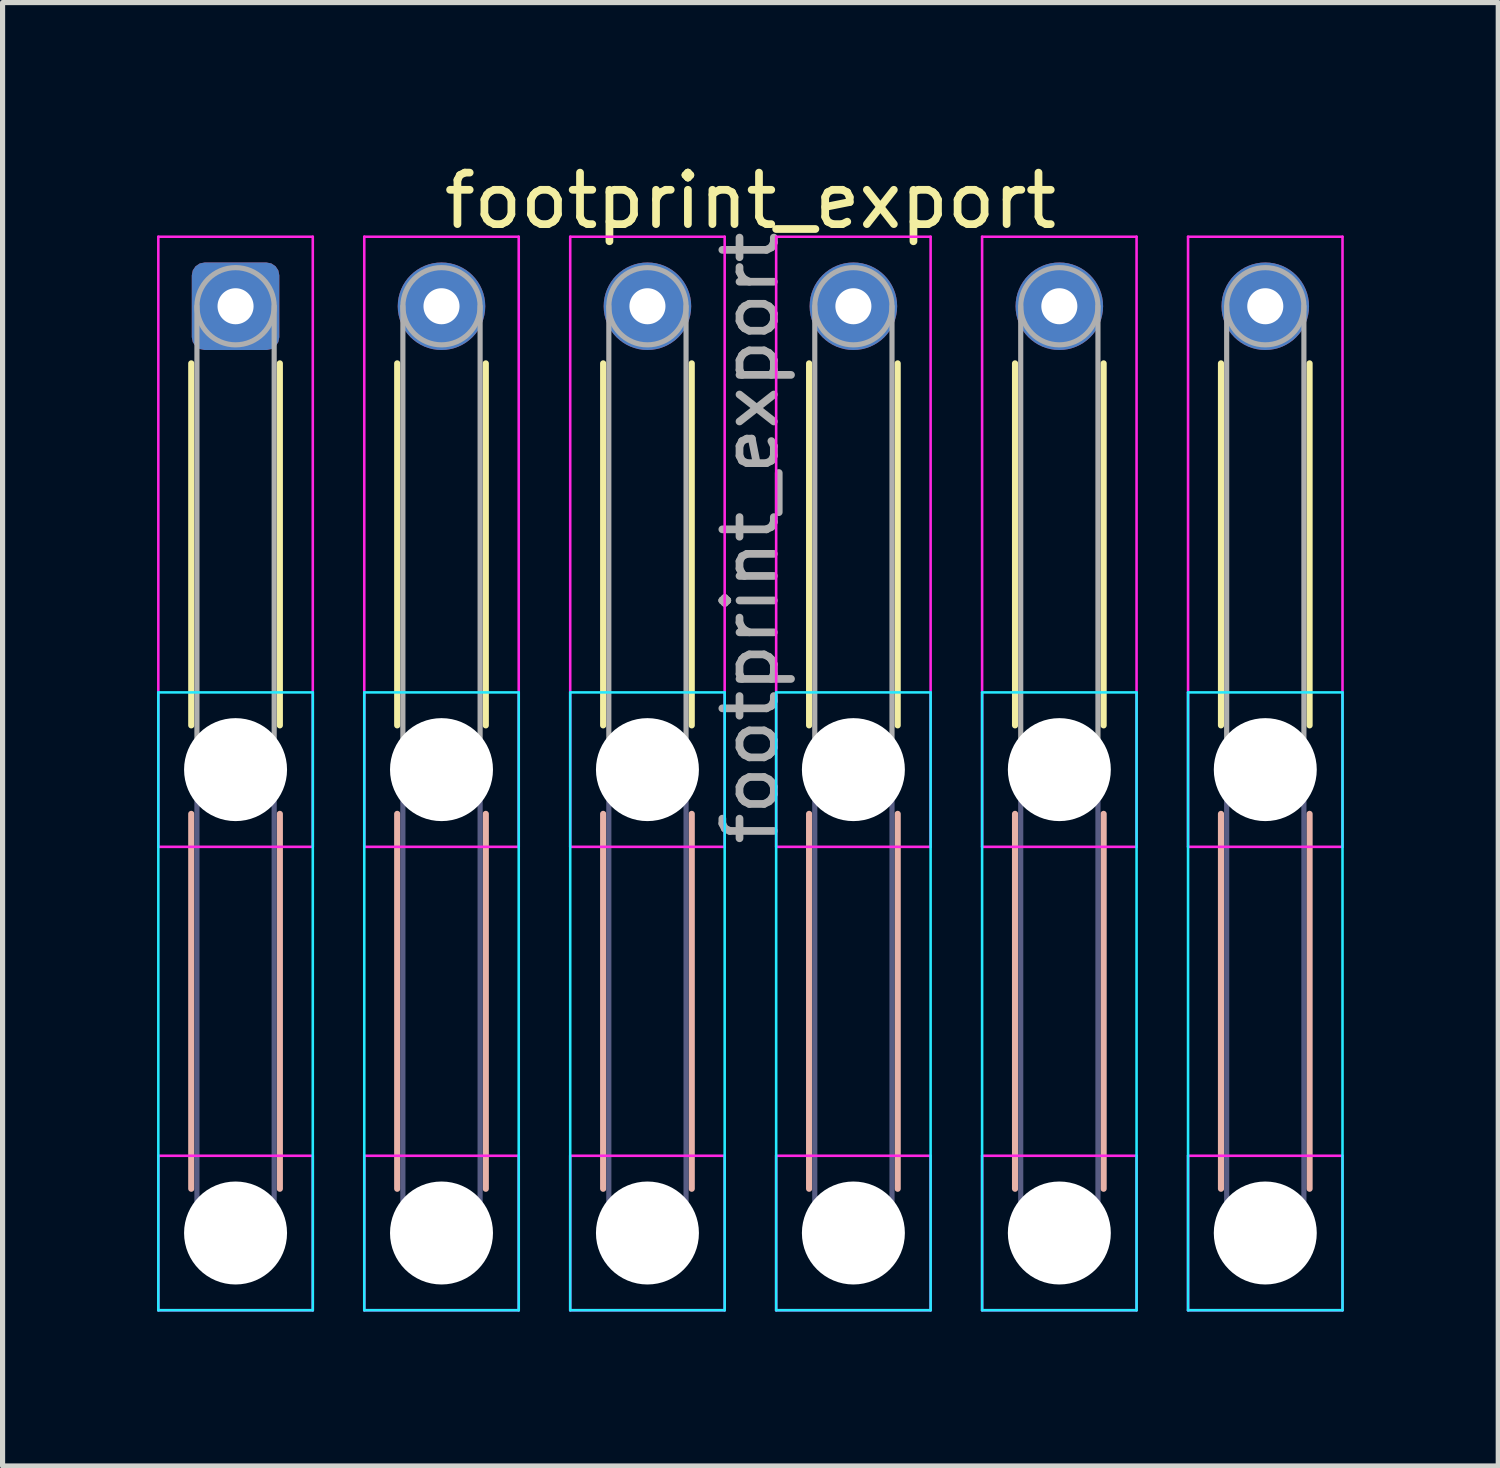
<source format=kicad_pcb>
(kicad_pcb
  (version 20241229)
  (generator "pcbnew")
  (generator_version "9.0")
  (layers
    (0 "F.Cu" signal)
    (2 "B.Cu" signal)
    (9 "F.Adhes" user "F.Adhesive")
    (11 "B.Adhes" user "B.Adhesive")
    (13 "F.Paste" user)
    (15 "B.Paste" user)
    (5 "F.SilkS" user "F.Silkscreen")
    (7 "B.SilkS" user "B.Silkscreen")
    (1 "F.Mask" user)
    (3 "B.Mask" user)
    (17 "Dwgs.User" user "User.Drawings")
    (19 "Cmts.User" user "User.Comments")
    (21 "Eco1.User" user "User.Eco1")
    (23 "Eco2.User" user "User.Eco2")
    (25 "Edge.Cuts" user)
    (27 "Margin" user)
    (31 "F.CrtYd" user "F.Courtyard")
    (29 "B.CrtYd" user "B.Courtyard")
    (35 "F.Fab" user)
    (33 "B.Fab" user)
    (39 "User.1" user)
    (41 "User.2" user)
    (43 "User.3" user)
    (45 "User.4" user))
  (footprint "footprint_export"
    (layer "F.Cu")
    (at 1.525 2.898)
    (property "Reference" "footprint_export" (at 10 -2.05 0) (layer "F.SilkS") (effects (font (size 1 1) (thickness 0.15))))
    (attr exclude_from_pos_files exclude_from_bom)
    (fp_line (start -0.86 1.11) (end -0.86 8.14) (stroke (width 0.12) (type solid)) (layer "F.SilkS"))
    (fp_line (start 0.86 1.11) (end 0.86 8.14) (stroke (width 0.12) (type solid)) (layer "F.SilkS"))
    (fp_line (start 3.14 1.11) (end 3.14 8.14) (stroke (width 0.12) (type solid)) (layer "F.SilkS"))
    (fp_line (start 4.86 1.11) (end 4.86 8.14) (stroke (width 0.12) (type solid)) (layer "F.SilkS"))
    (fp_line (start 7.14 1.11) (end 7.14 8.14) (stroke (width 0.12) (type solid)) (layer "F.SilkS"))
    (fp_line (start 8.86 1.11) (end 8.86 8.14) (stroke (width 0.12) (type solid)) (layer "F.SilkS"))
    (fp_line (start 11.14 1.11) (end 11.14 8.14) (stroke (width 0.12) (type solid)) (layer "F.SilkS"))
    (fp_line (start 12.86 1.11) (end 12.86 8.14) (stroke (width 0.12) (type solid)) (layer "F.SilkS"))
    (fp_line (start 15.14 1.11) (end 15.14 8.14) (stroke (width 0.12) (type solid)) (layer "F.SilkS"))
    (fp_line (start 16.86 1.11) (end 16.86 8.14) (stroke (width 0.12) (type solid)) (layer "F.SilkS"))
    (fp_line (start 19.14 1.11) (end 19.14 8.14) (stroke (width 0.12) (type solid)) (layer "F.SilkS"))
    (fp_line (start 20.86 1.11) (end 20.86 8.14) (stroke (width 0.12) (type solid)) (layer "F.SilkS"))
    (fp_line (start -0.86 9.86) (end -0.86 17.14) (stroke (width 0.12) (type solid)) (layer "B.SilkS"))
    (fp_line (start 0.86 9.86) (end 0.86 17.14) (stroke (width 0.12) (type solid)) (layer "B.SilkS"))
    (fp_line (start 3.14 9.86) (end 3.14 17.14) (stroke (width 0.12) (type solid)) (layer "B.SilkS"))
    (fp_line (start 4.86 9.86) (end 4.86 17.14) (stroke (width 0.12) (type solid)) (layer "B.SilkS"))
    (fp_line (start 7.14 9.86) (end 7.14 17.14) (stroke (width 0.12) (type solid)) (layer "B.SilkS"))
    (fp_line (start 8.86 9.86) (end 8.86 17.14) (stroke (width 0.12) (type solid)) (layer "B.SilkS"))
    (fp_line (start 11.14 9.86) (end 11.14 17.14) (stroke (width 0.12) (type solid)) (layer "B.SilkS"))
    (fp_line (start 12.86 9.86) (end 12.86 17.14) (stroke (width 0.12) (type solid)) (layer "B.SilkS"))
    (fp_line (start 15.14 9.86) (end 15.14 17.14) (stroke (width 0.12) (type solid)) (layer "B.SilkS"))
    (fp_line (start 16.86 9.86) (end 16.86 17.14) (stroke (width 0.12) (type solid)) (layer "B.SilkS"))
    (fp_line (start 19.14 9.86) (end 19.14 17.14) (stroke (width 0.12) (type solid)) (layer "B.SilkS"))
    (fp_line (start 20.86 9.86) (end 20.86 17.14) (stroke (width 0.12) (type solid)) (layer "B.SilkS"))
    (fp_line (start -1.5 7.5) (end -1.5 19.5) (stroke (width 0.05) (type solid)) (layer "B.CrtYd"))
    (fp_line (start -1.5 19.5) (end 1.5 19.5) (stroke (width 0.05) (type solid)) (layer "B.CrtYd"))
    (fp_line (start 1.5 7.5) (end -1.5 7.5) (stroke (width 0.05) (type solid)) (layer "B.CrtYd"))
    (fp_line (start 1.5 19.5) (end 1.5 7.5) (stroke (width 0.05) (type solid)) (layer "B.CrtYd"))
    (fp_line (start 2.5 7.5) (end 2.5 19.5) (stroke (width 0.05) (type solid)) (layer "B.CrtYd"))
    (fp_line (start 2.5 19.5) (end 5.5 19.5) (stroke (width 0.05) (type solid)) (layer "B.CrtYd"))
    (fp_line (start 5.5 7.5) (end 2.5 7.5) (stroke (width 0.05) (type solid)) (layer "B.CrtYd"))
    (fp_line (start 5.5 19.5) (end 5.5 7.5) (stroke (width 0.05) (type solid)) (layer "B.CrtYd"))
    (fp_line (start 6.5 7.5) (end 6.5 19.5) (stroke (width 0.05) (type solid)) (layer "B.CrtYd"))
    (fp_line (start 6.5 19.5) (end 9.5 19.5) (stroke (width 0.05) (type solid)) (layer "B.CrtYd"))
    (fp_line (start 9.5 7.5) (end 6.5 7.5) (stroke (width 0.05) (type solid)) (layer "B.CrtYd"))
    (fp_line (start 9.5 19.5) (end 9.5 7.5) (stroke (width 0.05) (type solid)) (layer "B.CrtYd"))
    (fp_line (start 10.5 7.5) (end 10.5 19.5) (stroke (width 0.05) (type solid)) (layer "B.CrtYd"))
    (fp_line (start 10.5 19.5) (end 13.5 19.5) (stroke (width 0.05) (type solid)) (layer "B.CrtYd"))
    (fp_line (start 13.5 7.5) (end 10.5 7.5) (stroke (width 0.05) (type solid)) (layer "B.CrtYd"))
    (fp_line (start 13.5 19.5) (end 13.5 7.5) (stroke (width 0.05) (type solid)) (layer "B.CrtYd"))
    (fp_line (start 14.5 7.5) (end 14.5 19.5) (stroke (width 0.05) (type solid)) (layer "B.CrtYd"))
    (fp_line (start 14.5 19.5) (end 17.5 19.5) (stroke (width 0.05) (type solid)) (layer "B.CrtYd"))
    (fp_line (start 17.5 7.5) (end 14.5 7.5) (stroke (width 0.05) (type solid)) (layer "B.CrtYd"))
    (fp_line (start 17.5 19.5) (end 17.5 7.5) (stroke (width 0.05) (type solid)) (layer "B.CrtYd"))
    (fp_line (start 18.5 7.5) (end 18.5 19.5) (stroke (width 0.05) (type solid)) (layer "B.CrtYd"))
    (fp_line (start 18.5 19.5) (end 21.5 19.5) (stroke (width 0.05) (type solid)) (layer "B.CrtYd"))
    (fp_line (start 21.5 7.5) (end 18.5 7.5) (stroke (width 0.05) (type solid)) (layer "B.CrtYd"))
    (fp_line (start 21.5 19.5) (end 21.5 7.5) (stroke (width 0.05) (type solid)) (layer "B.CrtYd"))
    (fp_line (start -1.5 -1.35) (end -1.5 10.5) (stroke (width 0.05) (type solid)) (layer "F.CrtYd"))
    (fp_line (start -1.5 10.5) (end 1.5 10.5) (stroke (width 0.05) (type solid)) (layer "F.CrtYd"))
    (fp_line (start -1.5 16.5) (end -1.5 19.5) (stroke (width 0.05) (type solid)) (layer "F.CrtYd"))
    (fp_line (start -1.5 19.5) (end 1.5 19.5) (stroke (width 0.05) (type solid)) (layer "F.CrtYd"))
    (fp_line (start 1.5 -1.35) (end -1.5 -1.35) (stroke (width 0.05) (type solid)) (layer "F.CrtYd"))
    (fp_line (start 1.5 10.5) (end 1.5 -1.35) (stroke (width 0.05) (type solid)) (layer "F.CrtYd"))
    (fp_line (start 1.5 16.5) (end -1.5 16.5) (stroke (width 0.05) (type solid)) (layer "F.CrtYd"))
    (fp_line (start 1.5 19.5) (end 1.5 16.5) (stroke (width 0.05) (type solid)) (layer "F.CrtYd"))
    (fp_line (start 2.5 -1.35) (end 2.5 10.5) (stroke (width 0.05) (type solid)) (layer "F.CrtYd"))
    (fp_line (start 2.5 10.5) (end 5.5 10.5) (stroke (width 0.05) (type solid)) (layer "F.CrtYd"))
    (fp_line (start 2.5 16.5) (end 2.5 19.5) (stroke (width 0.05) (type solid)) (layer "F.CrtYd"))
    (fp_line (start 2.5 19.5) (end 5.5 19.5) (stroke (width 0.05) (type solid)) (layer "F.CrtYd"))
    (fp_line (start 5.5 -1.35) (end 2.5 -1.35) (stroke (width 0.05) (type solid)) (layer "F.CrtYd"))
    (fp_line (start 5.5 10.5) (end 5.5 -1.35) (stroke (width 0.05) (type solid)) (layer "F.CrtYd"))
    (fp_line (start 5.5 16.5) (end 2.5 16.5) (stroke (width 0.05) (type solid)) (layer "F.CrtYd"))
    (fp_line (start 5.5 19.5) (end 5.5 16.5) (stroke (width 0.05) (type solid)) (layer "F.CrtYd"))
    (fp_line (start 6.5 -1.35) (end 6.5 10.5) (stroke (width 0.05) (type solid)) (layer "F.CrtYd"))
    (fp_line (start 6.5 10.5) (end 9.5 10.5) (stroke (width 0.05) (type solid)) (layer "F.CrtYd"))
    (fp_line (start 6.5 16.5) (end 6.5 19.5) (stroke (width 0.05) (type solid)) (layer "F.CrtYd"))
    (fp_line (start 6.5 19.5) (end 9.5 19.5) (stroke (width 0.05) (type solid)) (layer "F.CrtYd"))
    (fp_line (start 9.5 -1.35) (end 6.5 -1.35) (stroke (width 0.05) (type solid)) (layer "F.CrtYd"))
    (fp_line (start 9.5 10.5) (end 9.5 -1.35) (stroke (width 0.05) (type solid)) (layer "F.CrtYd"))
    (fp_line (start 9.5 16.5) (end 6.5 16.5) (stroke (width 0.05) (type solid)) (layer "F.CrtYd"))
    (fp_line (start 9.5 19.5) (end 9.5 16.5) (stroke (width 0.05) (type solid)) (layer "F.CrtYd"))
    (fp_line (start 10.5 -1.35) (end 10.5 10.5) (stroke (width 0.05) (type solid)) (layer "F.CrtYd"))
    (fp_line (start 10.5 10.5) (end 13.5 10.5) (stroke (width 0.05) (type solid)) (layer "F.CrtYd"))
    (fp_line (start 10.5 16.5) (end 10.5 19.5) (stroke (width 0.05) (type solid)) (layer "F.CrtYd"))
    (fp_line (start 10.5 19.5) (end 13.5 19.5) (stroke (width 0.05) (type solid)) (layer "F.CrtYd"))
    (fp_line (start 13.5 -1.35) (end 10.5 -1.35) (stroke (width 0.05) (type solid)) (layer "F.CrtYd"))
    (fp_line (start 13.5 10.5) (end 13.5 -1.35) (stroke (width 0.05) (type solid)) (layer "F.CrtYd"))
    (fp_line (start 13.5 16.5) (end 10.5 16.5) (stroke (width 0.05) (type solid)) (layer "F.CrtYd"))
    (fp_line (start 13.5 19.5) (end 13.5 16.5) (stroke (width 0.05) (type solid)) (layer "F.CrtYd"))
    (fp_line (start 14.5 -1.35) (end 14.5 10.5) (stroke (width 0.05) (type solid)) (layer "F.CrtYd"))
    (fp_line (start 14.5 10.5) (end 17.5 10.5) (stroke (width 0.05) (type solid)) (layer "F.CrtYd"))
    (fp_line (start 14.5 16.5) (end 14.5 19.5) (stroke (width 0.05) (type solid)) (layer "F.CrtYd"))
    (fp_line (start 14.5 19.5) (end 17.5 19.5) (stroke (width 0.05) (type solid)) (layer "F.CrtYd"))
    (fp_line (start 17.5 -1.35) (end 14.5 -1.35) (stroke (width 0.05) (type solid)) (layer "F.CrtYd"))
    (fp_line (start 17.5 10.5) (end 17.5 -1.35) (stroke (width 0.05) (type solid)) (layer "F.CrtYd"))
    (fp_line (start 17.5 16.5) (end 14.5 16.5) (stroke (width 0.05) (type solid)) (layer "F.CrtYd"))
    (fp_line (start 17.5 19.5) (end 17.5 16.5) (stroke (width 0.05) (type solid)) (layer "F.CrtYd"))
    (fp_line (start 18.5 -1.35) (end 18.5 10.5) (stroke (width 0.05) (type solid)) (layer "F.CrtYd"))
    (fp_line (start 18.5 10.5) (end 21.5 10.5) (stroke (width 0.05) (type solid)) (layer "F.CrtYd"))
    (fp_line (start 18.5 16.5) (end 18.5 19.5) (stroke (width 0.05) (type solid)) (layer "F.CrtYd"))
    (fp_line (start 18.5 19.5) (end 21.5 19.5) (stroke (width 0.05) (type solid)) (layer "F.CrtYd"))
    (fp_line (start 21.5 -1.35) (end 18.5 -1.35) (stroke (width 0.05) (type solid)) (layer "F.CrtYd"))
    (fp_line (start 21.5 10.5) (end 21.5 -1.35) (stroke (width 0.05) (type solid)) (layer "F.CrtYd"))
    (fp_line (start 21.5 16.5) (end 18.5 16.5) (stroke (width 0.05) (type solid)) (layer "F.CrtYd"))
    (fp_line (start 21.5 19.5) (end 21.5 16.5) (stroke (width 0.05) (type solid)) (layer "F.CrtYd"))
    (fp_line (start -0.75 9) (end -0.75 18) (stroke (width 0.1) (type solid)) (layer "B.Fab"))
    (fp_line (start 0.75 9) (end 0.75 18) (stroke (width 0.1) (type solid)) (layer "B.Fab"))
    (fp_line (start 3.25 9) (end 3.25 18) (stroke (width 0.1) (type solid)) (layer "B.Fab"))
    (fp_line (start 4.75 9) (end 4.75 18) (stroke (width 0.1) (type solid)) (layer "B.Fab"))
    (fp_line (start 7.25 9) (end 7.25 18) (stroke (width 0.1) (type solid)) (layer "B.Fab"))
    (fp_line (start 8.75 9) (end 8.75 18) (stroke (width 0.1) (type solid)) (layer "B.Fab"))
    (fp_line (start 11.25 9) (end 11.25 18) (stroke (width 0.1) (type solid)) (layer "B.Fab"))
    (fp_line (start 12.75 9) (end 12.75 18) (stroke (width 0.1) (type solid)) (layer "B.Fab"))
    (fp_line (start 15.25 9) (end 15.25 18) (stroke (width 0.1) (type solid)) (layer "B.Fab"))
    (fp_line (start 16.75 9) (end 16.75 18) (stroke (width 0.1) (type solid)) (layer "B.Fab"))
    (fp_line (start 19.25 9) (end 19.25 18) (stroke (width 0.1) (type solid)) (layer "B.Fab"))
    (fp_line (start 20.75 9) (end 20.75 18) (stroke (width 0.1) (type solid)) (layer "B.Fab"))
    (fp_circle (center 0 9) (end 0.75 9) (stroke (width 0.1) (type solid)) (fill no) (layer "B.Fab"))
    (fp_circle (center 0 18) (end 0.75 18) (stroke (width 0.1) (type solid)) (fill no) (layer "B.Fab"))
    (fp_circle (center 4 9) (end 4.75 9) (stroke (width 0.1) (type solid)) (fill no) (layer "B.Fab"))
    (fp_circle (center 4 18) (end 4.75 18) (stroke (width 0.1) (type solid)) (fill no) (layer "B.Fab"))
    (fp_circle (center 8 9) (end 8.75 9) (stroke (width 0.1) (type solid)) (fill no) (layer "B.Fab"))
    (fp_circle (center 8 18) (end 8.75 18) (stroke (width 0.1) (type solid)) (fill no) (layer "B.Fab"))
    (fp_circle (center 12 9) (end 12.75 9) (stroke (width 0.1) (type solid)) (fill no) (layer "B.Fab"))
    (fp_circle (center 12 18) (end 12.75 18) (stroke (width 0.1) (type solid)) (fill no) (layer "B.Fab"))
    (fp_circle (center 16 9) (end 16.75 9) (stroke (width 0.1) (type solid)) (fill no) (layer "B.Fab"))
    (fp_circle (center 16 18) (end 16.75 18) (stroke (width 0.1) (type solid)) (fill no) (layer "B.Fab"))
    (fp_circle (center 20 9) (end 20.75 9) (stroke (width 0.1) (type solid)) (fill no) (layer "B.Fab"))
    (fp_circle (center 20 18) (end 20.75 18) (stroke (width 0.1) (type solid)) (fill no) (layer "B.Fab"))
    (fp_line (start -0.75 0) (end -0.75 9) (stroke (width 0.1) (type solid)) (layer "F.Fab"))
    (fp_line (start 0.75 0) (end 0.75 9) (stroke (width 0.1) (type solid)) (layer "F.Fab"))
    (fp_line (start 3.25 0) (end 3.25 9) (stroke (width 0.1) (type solid)) (layer "F.Fab"))
    (fp_line (start 4.75 0) (end 4.75 9) (stroke (width 0.1) (type solid)) (layer "F.Fab"))
    (fp_line (start 7.25 0) (end 7.25 9) (stroke (width 0.1) (type solid)) (layer "F.Fab"))
    (fp_line (start 8.75 0) (end 8.75 9) (stroke (width 0.1) (type solid)) (layer "F.Fab"))
    (fp_line (start 11.25 0) (end 11.25 9) (stroke (width 0.1) (type solid)) (layer "F.Fab"))
    (fp_line (start 12.75 0) (end 12.75 9) (stroke (width 0.1) (type solid)) (layer "F.Fab"))
    (fp_line (start 15.25 0) (end 15.25 9) (stroke (width 0.1) (type solid)) (layer "F.Fab"))
    (fp_line (start 16.75 0) (end 16.75 9) (stroke (width 0.1) (type solid)) (layer "F.Fab"))
    (fp_line (start 19.25 0) (end 19.25 9) (stroke (width 0.1) (type solid)) (layer "F.Fab"))
    (fp_line (start 20.75 0) (end 20.75 9) (stroke (width 0.1) (type solid)) (layer "F.Fab"))
    (fp_circle (center 0 0) (end 0.75 0) (stroke (width 0.1) (type solid)) (fill no) (layer "F.Fab"))
    (fp_circle (center 0 9) (end 0.75 9) (stroke (width 0.1) (type solid)) (fill no) (layer "F.Fab"))
    (fp_circle (center 0 18) (end 0.75 18) (stroke (width 0.1) (type solid)) (fill no) (layer "F.Fab"))
    (fp_circle (center 4 0) (end 4.75 0) (stroke (width 0.1) (type solid)) (fill no) (layer "F.Fab"))
    (fp_circle (center 4 9) (end 4.75 9) (stroke (width 0.1) (type solid)) (fill no) (layer "F.Fab"))
    (fp_circle (center 4 18) (end 4.75 18) (stroke (width 0.1) (type solid)) (fill no) (layer "F.Fab"))
    (fp_circle (center 8 0) (end 8.75 0) (stroke (width 0.1) (type solid)) (fill no) (layer "F.Fab"))
    (fp_circle (center 8 9) (end 8.75 9) (stroke (width 0.1) (type solid)) (fill no) (layer "F.Fab"))
    (fp_circle (center 8 18) (end 8.75 18) (stroke (width 0.1) (type solid)) (fill no) (layer "F.Fab"))
    (fp_circle (center 12 0) (end 12.75 0) (stroke (width 0.1) (type solid)) (fill no) (layer "F.Fab"))
    (fp_circle (center 12 9) (end 12.75 9) (stroke (width 0.1) (type solid)) (fill no) (layer "F.Fab"))
    (fp_circle (center 12 18) (end 12.75 18) (stroke (width 0.1) (type solid)) (fill no) (layer "F.Fab"))
    (fp_circle (center 16 0) (end 16.75 0) (stroke (width 0.1) (type solid)) (fill no) (layer "F.Fab"))
    (fp_circle (center 16 9) (end 16.75 9) (stroke (width 0.1) (type solid)) (fill no) (layer "F.Fab"))
    (fp_circle (center 16 18) (end 16.75 18) (stroke (width 0.1) (type solid)) (fill no) (layer "F.Fab"))
    (fp_circle (center 20 0) (end 20.75 0) (stroke (width 0.1) (type solid)) (fill no) (layer "F.Fab"))
    (fp_circle (center 20 9) (end 20.75 9) (stroke (width 0.1) (type solid)) (fill no) (layer "F.Fab"))
    (fp_circle (center 20 18) (end 20.75 18) (stroke (width 0.1) (type solid)) (fill no) (layer "F.Fab"))
    (fp_text user "${REFERENCE}" (at 10 4.5 90) (layer "F.Fab") (effects (font (size 1 1) (thickness 0.15))))
    (pad "" np_thru_hole circle (at 0 9) (size 2 2) (drill 2) (layers "*.Cu" "*.Mask"))
    (pad "" np_thru_hole circle (at 0 18) (size 2 2) (drill 2) (layers "*.Cu" "*.Mask"))
    (pad "" np_thru_hole circle (at 4 9) (size 2 2) (drill 2) (layers "*.Cu" "*.Mask"))
    (pad "" np_thru_hole circle (at 4 18) (size 2 2) (drill 2) (layers "*.Cu" "*.Mask"))
    (pad "" np_thru_hole circle (at 8 9) (size 2 2) (drill 2) (layers "*.Cu" "*.Mask"))
    (pad "" np_thru_hole circle (at 8 18) (size 2 2) (drill 2) (layers "*.Cu" "*.Mask"))
    (pad "" np_thru_hole circle (at 12 9) (size 2 2) (drill 2) (layers "*.Cu" "*.Mask"))
    (pad "" np_thru_hole circle (at 12 18) (size 2 2) (drill 2) (layers "*.Cu" "*.Mask"))
    (pad "" np_thru_hole circle (at 16 9) (size 2 2) (drill 2) (layers "*.Cu" "*.Mask"))
    (pad "" np_thru_hole circle (at 16 18) (size 2 2) (drill 2) (layers "*.Cu" "*.Mask"))
    (pad "" np_thru_hole circle (at 20 9) (size 2 2) (drill 2) (layers "*.Cu" "*.Mask"))
    (pad "" np_thru_hole circle (at 20 18) (size 2 2) (drill 2) (layers "*.Cu" "*.Mask"))
    (pad "1" thru_hole roundrect (at 0 0) (size 1.7 1.7) (drill 0.7) (layers "*.Cu" "*.Mask") (roundrect_rratio 0.147))
    (pad "2" thru_hole circle (at 4 0) (size 1.7 1.7) (drill 0.7) (layers "*.Cu" "*.Mask"))
    (pad "3" thru_hole circle (at 8 0) (size 1.7 1.7) (drill 0.7) (layers "*.Cu" "*.Mask"))
    (pad "4" thru_hole circle (at 12 0) (size 1.7 1.7) (drill 0.7) (layers "*.Cu" "*.Mask"))
    (pad "5" thru_hole circle (at 16 0) (size 1.7 1.7) (drill 0.7) (layers "*.Cu" "*.Mask"))
    (pad "6" thru_hole circle (at 20 0) (size 1.7 1.7) (drill 0.7) (layers "*.Cu" "*.Mask")))
  (gr_rect
    (start -3 -3)
    (end 26.05 25.423)
    (stroke (width 0.1) (type default))
    (fill no)
    (layer "Edge.Cuts")))
</source>
